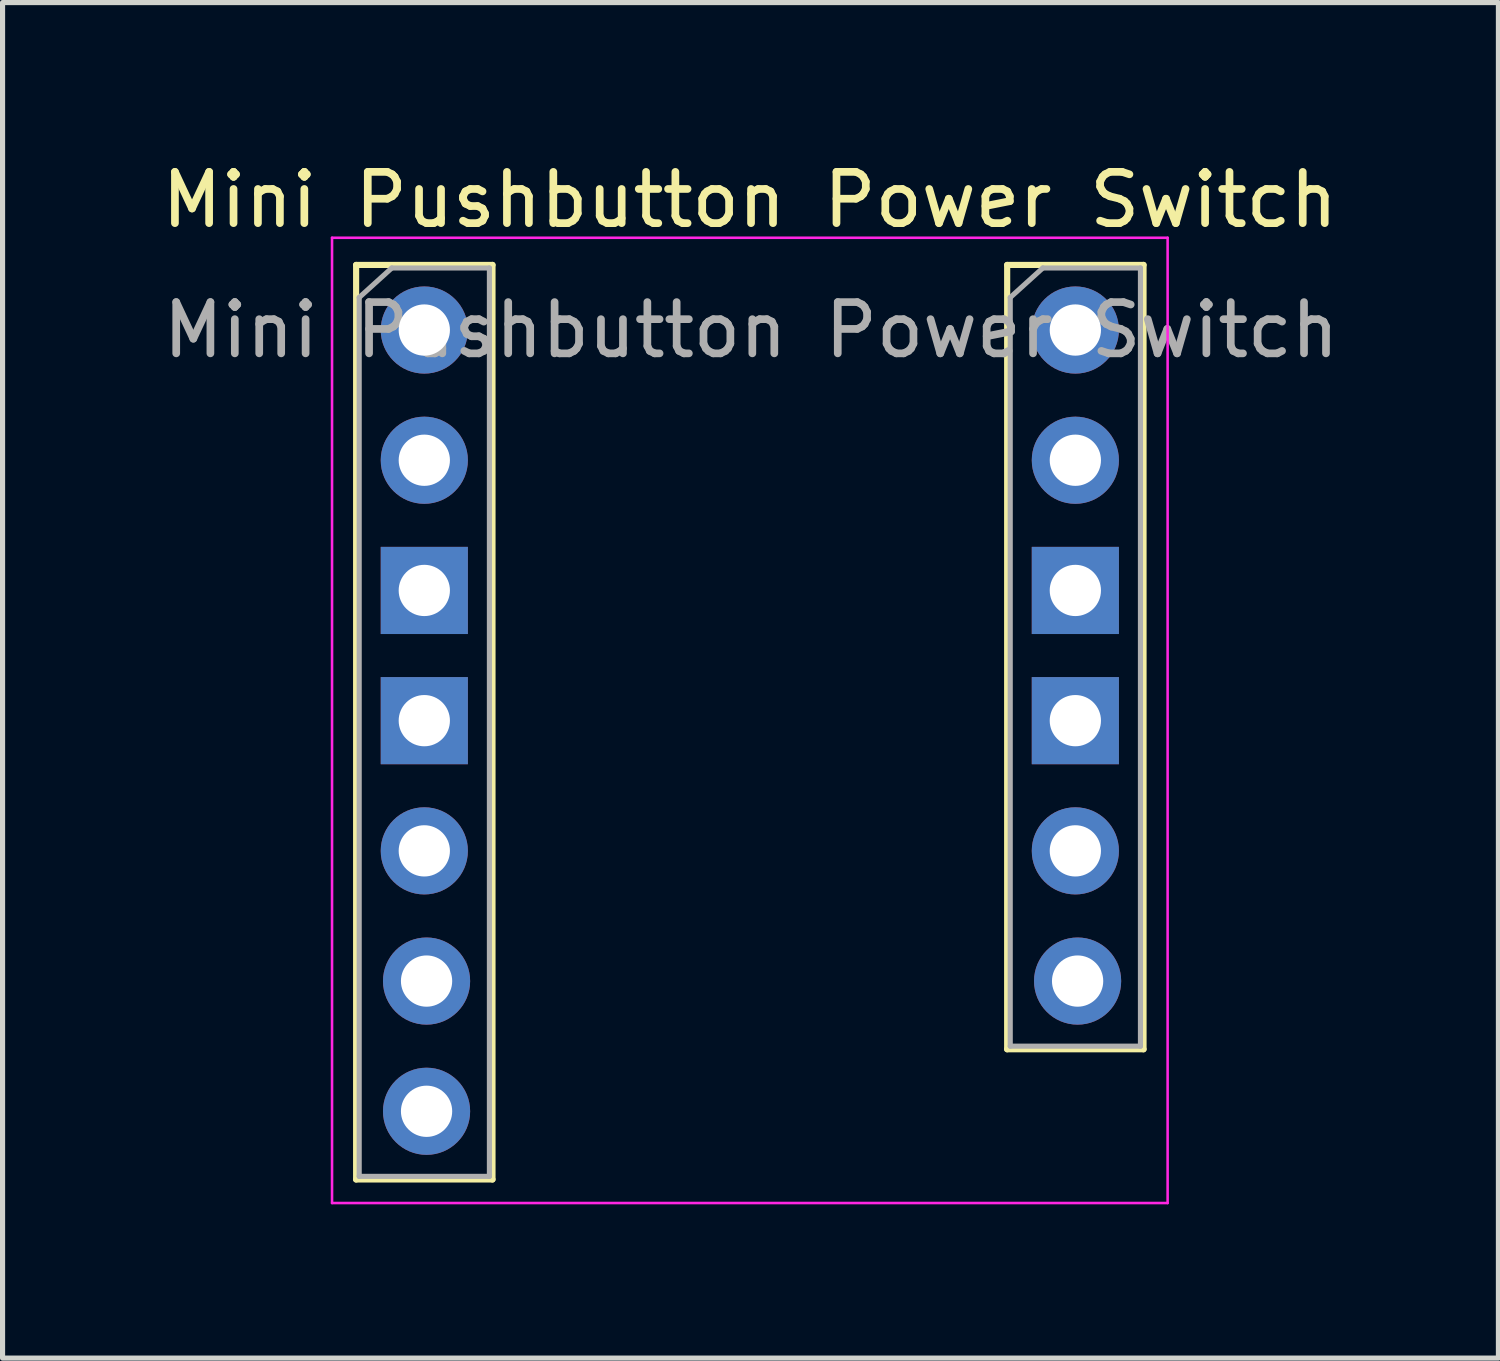
<source format=kicad_pcb>
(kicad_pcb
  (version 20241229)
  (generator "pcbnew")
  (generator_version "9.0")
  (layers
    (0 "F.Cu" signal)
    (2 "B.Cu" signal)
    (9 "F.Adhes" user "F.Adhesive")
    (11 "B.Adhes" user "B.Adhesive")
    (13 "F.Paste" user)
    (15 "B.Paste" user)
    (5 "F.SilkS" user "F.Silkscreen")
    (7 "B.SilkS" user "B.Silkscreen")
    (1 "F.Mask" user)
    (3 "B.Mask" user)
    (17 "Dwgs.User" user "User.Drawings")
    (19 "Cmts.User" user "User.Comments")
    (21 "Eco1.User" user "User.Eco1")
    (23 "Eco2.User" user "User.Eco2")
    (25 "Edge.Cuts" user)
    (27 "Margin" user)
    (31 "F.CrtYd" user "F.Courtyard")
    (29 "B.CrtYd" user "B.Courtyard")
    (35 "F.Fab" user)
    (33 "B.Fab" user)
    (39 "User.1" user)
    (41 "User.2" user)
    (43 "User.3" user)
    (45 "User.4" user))
  (footprint "Mini Pushbutton Power Switch"
    (layer "F.Cu")
    (at 11.577 3.388)
    (property "Reference" "Mini Pushbutton Power Switch" (at 0 -2.54 0) (layer "F.SilkS") (effects (font (size 1 1) (thickness 0.15))))
    (attr through_hole)
    (fp_line (start -7.68 -1.27) (end -7.68 16.57) (stroke (width 0.12) (type solid)) (layer "F.SilkS"))
    (fp_line (start -7.68 -1.27) (end -5.02 -1.27) (stroke (width 0.12) (type solid)) (layer "F.SilkS"))
    (fp_line (start -7.68 16.57) (end -5.02 16.57) (stroke (width 0.12) (type solid)) (layer "F.SilkS"))
    (fp_line (start -5.02 -1.27) (end -5.02 16.57) (stroke (width 0.12) (type solid)) (layer "F.SilkS"))
    (fp_line (start 5.02 -1.27) (end 5.02 14.03) (stroke (width 0.12) (type solid)) (layer "F.SilkS"))
    (fp_line (start 5.02 -1.27) (end 7.68 -1.27) (stroke (width 0.12) (type solid)) (layer "F.SilkS"))
    (fp_line (start 5.02 14.03) (end 7.68 14.03) (stroke (width 0.12) (type solid)) (layer "F.SilkS"))
    (fp_line (start 7.68 -1.27) (end 7.68 14.03) (stroke (width 0.12) (type solid)) (layer "F.SilkS"))
    (fp_line (start -8.15 -1.8) (end -8.15 17.03) (stroke (width 0.05) (type solid)) (layer "F.CrtYd"))
    (fp_line (start -8.15 17.03) (end 8.15 17.03) (stroke (width 0.05) (type solid)) (layer "F.CrtYd"))
    (fp_line (start 8.15 -1.8) (end -8.15 -1.8) (stroke (width 0.05) (type solid)) (layer "F.CrtYd"))
    (fp_line (start 8.15 -1.8) (end 8.15 17.03) (stroke (width 0.05) (type solid)) (layer "F.CrtYd"))
    (fp_line (start -7.62 -0.635) (end -6.985 -1.21) (stroke (width 0.1) (type solid)) (layer "F.Fab"))
    (fp_line (start -7.62 16.51) (end -7.62 -0.635) (stroke (width 0.1) (type solid)) (layer "F.Fab"))
    (fp_line (start -6.985 -1.21) (end -5.08 -1.21) (stroke (width 0.1) (type solid)) (layer "F.Fab"))
    (fp_line (start -5.08 -1.21) (end -5.08 16.51) (stroke (width 0.1) (type solid)) (layer "F.Fab"))
    (fp_line (start -5.08 16.51) (end -7.62 16.51) (stroke (width 0.1) (type solid)) (layer "F.Fab"))
    (fp_line (start 5.08 -0.635) (end 5.715 -1.21) (stroke (width 0.1) (type solid)) (layer "F.Fab"))
    (fp_line (start 5.08 13.97) (end 5.08 -0.635) (stroke (width 0.1) (type solid)) (layer "F.Fab"))
    (fp_line (start 5.715 -1.21) (end 7.62 -1.21) (stroke (width 0.1) (type solid)) (layer "F.Fab"))
    (fp_line (start 7.62 -1.21) (end 7.62 13.97) (stroke (width 0.1) (type solid)) (layer "F.Fab"))
    (fp_line (start 7.62 13.97) (end 5.08 13.97) (stroke (width 0.1) (type solid)) (layer "F.Fab"))
    (fp_text user "${REFERENCE}" (at 0.025 0 180) (layer "F.Fab") (effects (font (size 1 1) (thickness 0.15))))
    (pad "1" thru_hole oval (at -6.35 0) (size 1.7 1.7) (drill 1) (layers "*.Cu" "*.Mask"))
    (pad "1" thru_hole oval (at -6.35 2.54) (size 1.7 1.7) (drill 1) (layers "*.Cu" "*.Mask"))
    (pad "2" thru_hole oval (at 6.35 0) (size 1.7 1.7) (drill 1) (layers "*.Cu" "*.Mask"))
    (pad "2" thru_hole oval (at 6.35 2.54) (size 1.7 1.7) (drill 1) (layers "*.Cu" "*.Mask"))
    (pad "3" thru_hole rect (at -6.35 5.08) (size 1.7 1.7) (drill 1) (layers "*.Cu" "*.Mask"))
    (pad "3" thru_hole rect (at -6.35 7.62) (size 1.7 1.7) (drill 1) (layers "*.Cu" "*.Mask"))
    (pad "4" thru_hole rect (at 6.35 5.08) (size 1.7 1.7) (drill 1) (layers "*.Cu" "*.Mask"))
    (pad "4" thru_hole rect (at 6.35 7.62) (size 1.7 1.7) (drill 1) (layers "*.Cu" "*.Mask"))
    (pad "5" thru_hole oval (at -6.35 10.16) (size 1.7 1.7) (drill 1) (layers "*.Cu" "*.Mask"))
    (pad "6" thru_hole oval (at 6.35 10.16) (size 1.7 1.7) (drill 1) (layers "*.Cu" "*.Mask"))
    (pad "7" thru_hole oval (at -6.306 12.7) (size 1.7 1.7) (drill 1) (layers "*.Cu" "*.Mask"))
    (pad "8" thru_hole oval (at 6.394 12.7) (size 1.7 1.7) (drill 1) (layers "*.Cu" "*.Mask"))
    (pad "9" thru_hole oval (at -6.306 15.24) (size 1.7 1.7) (drill 1) (layers "*.Cu" "*.Mask")))
  (gr_rect
    (start -3 -3)
    (end 26.18 23.443)
    (stroke (width 0.1) (type default))
    (fill no)
    (layer "Edge.Cuts")))
</source>
